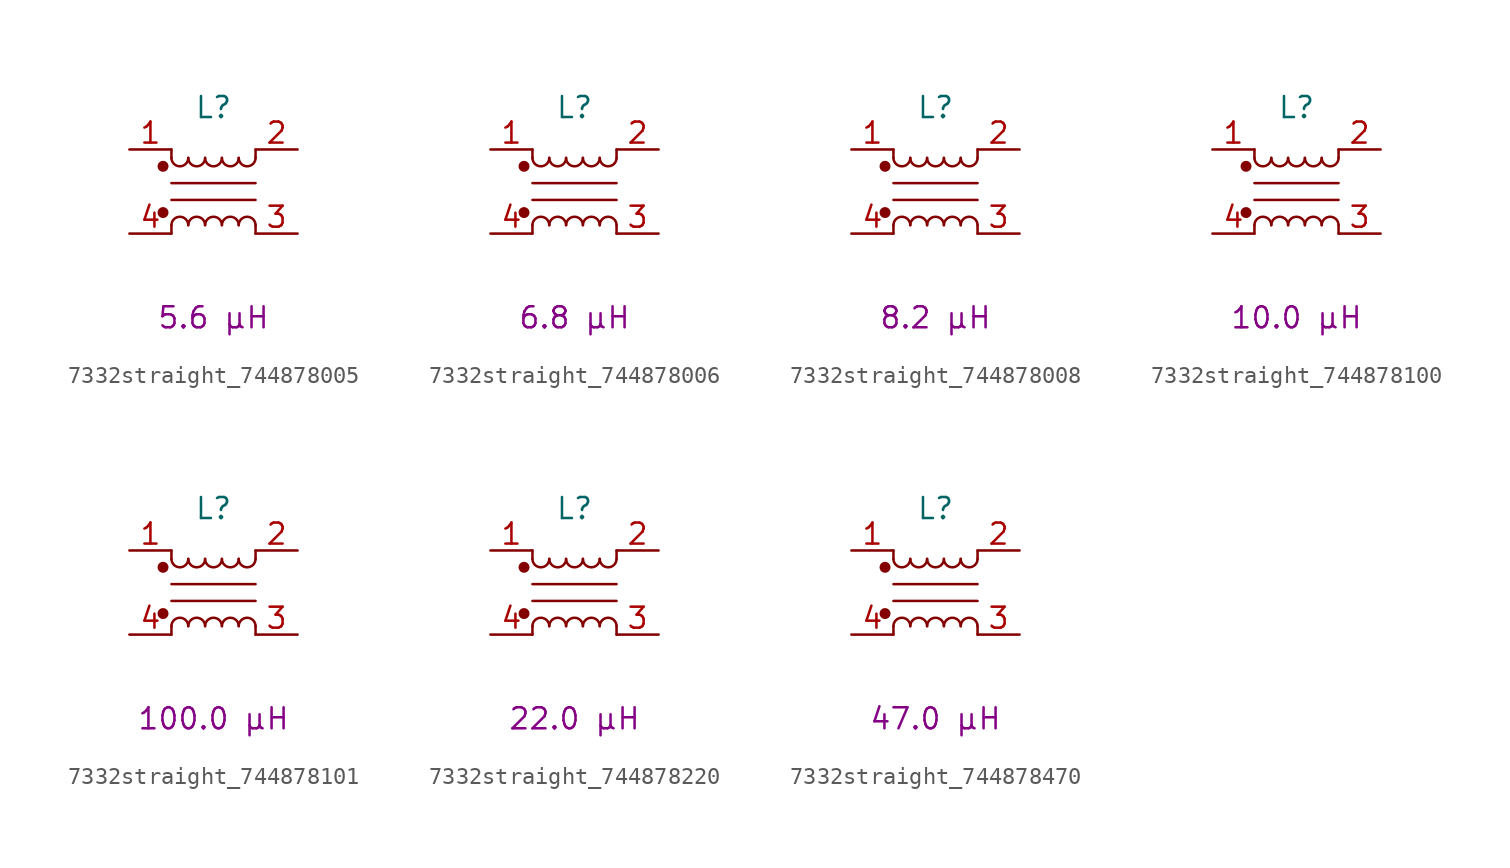
<source format=kicad_sym>
(kicad_symbol_lib
  (version 20220914)
  (generator kicad_symbol_editor)
  (symbol "7332straight_744878005"
    (pin_names hide)
    (property "Reference" "L"
      (at 0 5.08 0)
      (effects (font (size 1.27 1.27))))
    (property "Critical Parameter" "5.6 µH"
      (at 0 -7.62 0)
      (effects (font (size 1.27 1.27))))
    (symbol "7332straight_744878005_0_1"
      (circle (center -3.048 -1.27) (radius 0.254) (stroke (width 0) (type default)) (fill (type outline)))
      (circle (center -3.048 1.524) (radius 0.254) (stroke (width 0) (type default)) (fill (type outline)))
      (arc (start -2.54 2.032) (mid -2.032 1.5262) (end -1.524 2.032) (stroke (width 0) (type default)) (fill (type none)))
      (arc (start -1.524 -2.032) (mid -2.032 -1.5262) (end -2.54 -2.032) (stroke (width 0) (type default)) (fill (type none)))
      (arc (start -1.524 2.032) (mid -1.016 1.5262) (end -0.508 2.032) (stroke (width 0) (type default)) (fill (type none)))
      (arc (start -0.508 -2.032) (mid -1.016 -1.5262) (end -1.524 -2.032) (stroke (width 0) (type default)) (fill (type none)))
      (arc (start -0.508 2.032) (mid 0 1.5262) (end 0.508 2.032) (stroke (width 0) (type default)) (fill (type none)))
      (polyline (pts (xy -2.54 -2.032) (xy -2.54 -2.54)) (stroke (width 0) (type default)) (fill (type none)))
      (polyline (pts (xy -2.54 0.508) (xy 2.54 0.508)) (stroke (width 0) (type default)) (fill (type none)))
      (polyline (pts (xy -2.54 2.032) (xy -2.54 2.54)) (stroke (width 0) (type default)) (fill (type none)))
      (polyline (pts (xy 2.54 -2.032) (xy 2.54 -2.54)) (stroke (width 0) (type default)) (fill (type none)))
      (polyline (pts (xy 2.54 -0.508) (xy -2.54 -0.508)) (stroke (width 0) (type default)) (fill (type none)))
      (polyline (pts (xy 2.54 2.54) (xy 2.54 2.032)) (stroke (width 0) (type default)) (fill (type none)))
      (arc (start 0.508 -2.032) (mid 0 -1.5262) (end -0.508 -2.032) (stroke (width 0) (type default)) (fill (type none)))
      (arc (start 0.508 2.032) (mid 1.016 1.5262) (end 1.524 2.032) (stroke (width 0) (type default)) (fill (type none)))
      (arc (start 1.524 -2.032) (mid 1.016 -1.5262) (end 0.508 -2.032) (stroke (width 0) (type default)) (fill (type none)))
      (arc (start 1.524 2.032) (mid 2.032 1.5262) (end 2.54 2.032) (stroke (width 0) (type default)) (fill (type none)))
      (arc (start 2.54 -2.032) (mid 2.032 -1.5262) (end 1.524 -2.032) (stroke (width 0) (type default)) (fill (type none))))
    (symbol "7332straight_744878005_1_1"
      (pin passive line (at -5.08 2.54 0) (length 2.54) (name "1" (effects (font (size 1.27 1.27)))) (number "1" (effects (font (size 1.27 1.27)))))
      (pin passive line (at 5.08 2.54 180) (length 2.54) (name "2" (effects (font (size 1.27 1.27)))) (number "2" (effects (font (size 1.27 1.27)))))
      (pin passive line (at 5.08 -2.54 180) (length 2.54) (name "3" (effects (font (size 1.27 1.27)))) (number "3" (effects (font (size 1.27 1.27)))))
      (pin passive line (at -5.08 -2.54 0) (length 2.54) (name "4" (effects (font (size 1.27 1.27)))) (number "4" (effects (font (size 1.27 1.27)))))))
  (symbol "7332straight_744878006"
    (pin_names hide)
    (property "Reference" "L"
      (at 0 5.08 0)
      (effects (font (size 1.27 1.27))))
    (property "Critical Parameter" "6.8 µH"
      (at 0 -7.62 0)
      (effects (font (size 1.27 1.27))))
    (symbol "7332straight_744878006_0_1"
      (circle (center -3.048 -1.27) (radius 0.254) (stroke (width 0) (type default)) (fill (type outline)))
      (circle (center -3.048 1.524) (radius 0.254) (stroke (width 0) (type default)) (fill (type outline)))
      (arc (start -2.54 2.032) (mid -2.032 1.5262) (end -1.524 2.032) (stroke (width 0) (type default)) (fill (type none)))
      (arc (start -1.524 -2.032) (mid -2.032 -1.5262) (end -2.54 -2.032) (stroke (width 0) (type default)) (fill (type none)))
      (arc (start -1.524 2.032) (mid -1.016 1.5262) (end -0.508 2.032) (stroke (width 0) (type default)) (fill (type none)))
      (arc (start -0.508 -2.032) (mid -1.016 -1.5262) (end -1.524 -2.032) (stroke (width 0) (type default)) (fill (type none)))
      (arc (start -0.508 2.032) (mid 0 1.5262) (end 0.508 2.032) (stroke (width 0) (type default)) (fill (type none)))
      (polyline (pts (xy -2.54 -2.032) (xy -2.54 -2.54)) (stroke (width 0) (type default)) (fill (type none)))
      (polyline (pts (xy -2.54 0.508) (xy 2.54 0.508)) (stroke (width 0) (type default)) (fill (type none)))
      (polyline (pts (xy -2.54 2.032) (xy -2.54 2.54)) (stroke (width 0) (type default)) (fill (type none)))
      (polyline (pts (xy 2.54 -2.032) (xy 2.54 -2.54)) (stroke (width 0) (type default)) (fill (type none)))
      (polyline (pts (xy 2.54 -0.508) (xy -2.54 -0.508)) (stroke (width 0) (type default)) (fill (type none)))
      (polyline (pts (xy 2.54 2.54) (xy 2.54 2.032)) (stroke (width 0) (type default)) (fill (type none)))
      (arc (start 0.508 -2.032) (mid 0 -1.5262) (end -0.508 -2.032) (stroke (width 0) (type default)) (fill (type none)))
      (arc (start 0.508 2.032) (mid 1.016 1.5262) (end 1.524 2.032) (stroke (width 0) (type default)) (fill (type none)))
      (arc (start 1.524 -2.032) (mid 1.016 -1.5262) (end 0.508 -2.032) (stroke (width 0) (type default)) (fill (type none)))
      (arc (start 1.524 2.032) (mid 2.032 1.5262) (end 2.54 2.032) (stroke (width 0) (type default)) (fill (type none)))
      (arc (start 2.54 -2.032) (mid 2.032 -1.5262) (end 1.524 -2.032) (stroke (width 0) (type default)) (fill (type none))))
    (symbol "7332straight_744878006_1_1"
      (pin passive line (at -5.08 2.54 0) (length 2.54) (name "1" (effects (font (size 1.27 1.27)))) (number "1" (effects (font (size 1.27 1.27)))))
      (pin passive line (at 5.08 2.54 180) (length 2.54) (name "2" (effects (font (size 1.27 1.27)))) (number "2" (effects (font (size 1.27 1.27)))))
      (pin passive line (at 5.08 -2.54 180) (length 2.54) (name "3" (effects (font (size 1.27 1.27)))) (number "3" (effects (font (size 1.27 1.27)))))
      (pin passive line (at -5.08 -2.54 0) (length 2.54) (name "4" (effects (font (size 1.27 1.27)))) (number "4" (effects (font (size 1.27 1.27)))))))
  (symbol "7332straight_744878008"
    (pin_names hide)
    (property "Reference" "L"
      (at 0 5.08 0)
      (effects (font (size 1.27 1.27))))
    (property "Critical Parameter" "8.2 µH"
      (at 0 -7.62 0)
      (effects (font (size 1.27 1.27))))
    (symbol "7332straight_744878008_0_1"
      (circle (center -3.048 -1.27) (radius 0.254) (stroke (width 0) (type default)) (fill (type outline)))
      (circle (center -3.048 1.524) (radius 0.254) (stroke (width 0) (type default)) (fill (type outline)))
      (arc (start -2.54 2.032) (mid -2.032 1.5262) (end -1.524 2.032) (stroke (width 0) (type default)) (fill (type none)))
      (arc (start -1.524 -2.032) (mid -2.032 -1.5262) (end -2.54 -2.032) (stroke (width 0) (type default)) (fill (type none)))
      (arc (start -1.524 2.032) (mid -1.016 1.5262) (end -0.508 2.032) (stroke (width 0) (type default)) (fill (type none)))
      (arc (start -0.508 -2.032) (mid -1.016 -1.5262) (end -1.524 -2.032) (stroke (width 0) (type default)) (fill (type none)))
      (arc (start -0.508 2.032) (mid 0 1.5262) (end 0.508 2.032) (stroke (width 0) (type default)) (fill (type none)))
      (polyline (pts (xy -2.54 -2.032) (xy -2.54 -2.54)) (stroke (width 0) (type default)) (fill (type none)))
      (polyline (pts (xy -2.54 0.508) (xy 2.54 0.508)) (stroke (width 0) (type default)) (fill (type none)))
      (polyline (pts (xy -2.54 2.032) (xy -2.54 2.54)) (stroke (width 0) (type default)) (fill (type none)))
      (polyline (pts (xy 2.54 -2.032) (xy 2.54 -2.54)) (stroke (width 0) (type default)) (fill (type none)))
      (polyline (pts (xy 2.54 -0.508) (xy -2.54 -0.508)) (stroke (width 0) (type default)) (fill (type none)))
      (polyline (pts (xy 2.54 2.54) (xy 2.54 2.032)) (stroke (width 0) (type default)) (fill (type none)))
      (arc (start 0.508 -2.032) (mid 0 -1.5262) (end -0.508 -2.032) (stroke (width 0) (type default)) (fill (type none)))
      (arc (start 0.508 2.032) (mid 1.016 1.5262) (end 1.524 2.032) (stroke (width 0) (type default)) (fill (type none)))
      (arc (start 1.524 -2.032) (mid 1.016 -1.5262) (end 0.508 -2.032) (stroke (width 0) (type default)) (fill (type none)))
      (arc (start 1.524 2.032) (mid 2.032 1.5262) (end 2.54 2.032) (stroke (width 0) (type default)) (fill (type none)))
      (arc (start 2.54 -2.032) (mid 2.032 -1.5262) (end 1.524 -2.032) (stroke (width 0) (type default)) (fill (type none))))
    (symbol "7332straight_744878008_1_1"
      (pin passive line (at -5.08 2.54 0) (length 2.54) (name "1" (effects (font (size 1.27 1.27)))) (number "1" (effects (font (size 1.27 1.27)))))
      (pin passive line (at 5.08 2.54 180) (length 2.54) (name "2" (effects (font (size 1.27 1.27)))) (number "2" (effects (font (size 1.27 1.27)))))
      (pin passive line (at 5.08 -2.54 180) (length 2.54) (name "3" (effects (font (size 1.27 1.27)))) (number "3" (effects (font (size 1.27 1.27)))))
      (pin passive line (at -5.08 -2.54 0) (length 2.54) (name "4" (effects (font (size 1.27 1.27)))) (number "4" (effects (font (size 1.27 1.27)))))))
  (symbol "7332straight_744878100"
    (pin_names hide)
    (property "Reference" "L"
      (at 0 5.08 0)
      (effects (font (size 1.27 1.27))))
    (property "Critical Parameter" "10.0 µH"
      (at 0 -7.62 0)
      (effects (font (size 1.27 1.27))))
    (symbol "7332straight_744878100_0_1"
      (circle (center -3.048 -1.27) (radius 0.254) (stroke (width 0) (type default)) (fill (type outline)))
      (circle (center -3.048 1.524) (radius 0.254) (stroke (width 0) (type default)) (fill (type outline)))
      (arc (start -2.54 2.032) (mid -2.032 1.5262) (end -1.524 2.032) (stroke (width 0) (type default)) (fill (type none)))
      (arc (start -1.524 -2.032) (mid -2.032 -1.5262) (end -2.54 -2.032) (stroke (width 0) (type default)) (fill (type none)))
      (arc (start -1.524 2.032) (mid -1.016 1.5262) (end -0.508 2.032) (stroke (width 0) (type default)) (fill (type none)))
      (arc (start -0.508 -2.032) (mid -1.016 -1.5262) (end -1.524 -2.032) (stroke (width 0) (type default)) (fill (type none)))
      (arc (start -0.508 2.032) (mid 0 1.5262) (end 0.508 2.032) (stroke (width 0) (type default)) (fill (type none)))
      (polyline (pts (xy -2.54 -2.032) (xy -2.54 -2.54)) (stroke (width 0) (type default)) (fill (type none)))
      (polyline (pts (xy -2.54 0.508) (xy 2.54 0.508)) (stroke (width 0) (type default)) (fill (type none)))
      (polyline (pts (xy -2.54 2.032) (xy -2.54 2.54)) (stroke (width 0) (type default)) (fill (type none)))
      (polyline (pts (xy 2.54 -2.032) (xy 2.54 -2.54)) (stroke (width 0) (type default)) (fill (type none)))
      (polyline (pts (xy 2.54 -0.508) (xy -2.54 -0.508)) (stroke (width 0) (type default)) (fill (type none)))
      (polyline (pts (xy 2.54 2.54) (xy 2.54 2.032)) (stroke (width 0) (type default)) (fill (type none)))
      (arc (start 0.508 -2.032) (mid 0 -1.5262) (end -0.508 -2.032) (stroke (width 0) (type default)) (fill (type none)))
      (arc (start 0.508 2.032) (mid 1.016 1.5262) (end 1.524 2.032) (stroke (width 0) (type default)) (fill (type none)))
      (arc (start 1.524 -2.032) (mid 1.016 -1.5262) (end 0.508 -2.032) (stroke (width 0) (type default)) (fill (type none)))
      (arc (start 1.524 2.032) (mid 2.032 1.5262) (end 2.54 2.032) (stroke (width 0) (type default)) (fill (type none)))
      (arc (start 2.54 -2.032) (mid 2.032 -1.5262) (end 1.524 -2.032) (stroke (width 0) (type default)) (fill (type none))))
    (symbol "7332straight_744878100_1_1"
      (pin passive line (at -5.08 2.54 0) (length 2.54) (name "1" (effects (font (size 1.27 1.27)))) (number "1" (effects (font (size 1.27 1.27)))))
      (pin passive line (at 5.08 2.54 180) (length 2.54) (name "2" (effects (font (size 1.27 1.27)))) (number "2" (effects (font (size 1.27 1.27)))))
      (pin passive line (at 5.08 -2.54 180) (length 2.54) (name "3" (effects (font (size 1.27 1.27)))) (number "3" (effects (font (size 1.27 1.27)))))
      (pin passive line (at -5.08 -2.54 0) (length 2.54) (name "4" (effects (font (size 1.27 1.27)))) (number "4" (effects (font (size 1.27 1.27)))))))
  (symbol "7332straight_744878101"
    (pin_names hide)
    (property "Reference" "L"
      (at 0 5.08 0)
      (effects (font (size 1.27 1.27))))
    (property "Critical Parameter" "100.0 µH"
      (at 0 -7.62 0)
      (effects (font (size 1.27 1.27))))
    (symbol "7332straight_744878101_0_1"
      (circle (center -3.048 -1.27) (radius 0.254) (stroke (width 0) (type default)) (fill (type outline)))
      (circle (center -3.048 1.524) (radius 0.254) (stroke (width 0) (type default)) (fill (type outline)))
      (arc (start -2.54 2.032) (mid -2.032 1.5262) (end -1.524 2.032) (stroke (width 0) (type default)) (fill (type none)))
      (arc (start -1.524 -2.032) (mid -2.032 -1.5262) (end -2.54 -2.032) (stroke (width 0) (type default)) (fill (type none)))
      (arc (start -1.524 2.032) (mid -1.016 1.5262) (end -0.508 2.032) (stroke (width 0) (type default)) (fill (type none)))
      (arc (start -0.508 -2.032) (mid -1.016 -1.5262) (end -1.524 -2.032) (stroke (width 0) (type default)) (fill (type none)))
      (arc (start -0.508 2.032) (mid 0 1.5262) (end 0.508 2.032) (stroke (width 0) (type default)) (fill (type none)))
      (polyline (pts (xy -2.54 -2.032) (xy -2.54 -2.54)) (stroke (width 0) (type default)) (fill (type none)))
      (polyline (pts (xy -2.54 0.508) (xy 2.54 0.508)) (stroke (width 0) (type default)) (fill (type none)))
      (polyline (pts (xy -2.54 2.032) (xy -2.54 2.54)) (stroke (width 0) (type default)) (fill (type none)))
      (polyline (pts (xy 2.54 -2.032) (xy 2.54 -2.54)) (stroke (width 0) (type default)) (fill (type none)))
      (polyline (pts (xy 2.54 -0.508) (xy -2.54 -0.508)) (stroke (width 0) (type default)) (fill (type none)))
      (polyline (pts (xy 2.54 2.54) (xy 2.54 2.032)) (stroke (width 0) (type default)) (fill (type none)))
      (arc (start 0.508 -2.032) (mid 0 -1.5262) (end -0.508 -2.032) (stroke (width 0) (type default)) (fill (type none)))
      (arc (start 0.508 2.032) (mid 1.016 1.5262) (end 1.524 2.032) (stroke (width 0) (type default)) (fill (type none)))
      (arc (start 1.524 -2.032) (mid 1.016 -1.5262) (end 0.508 -2.032) (stroke (width 0) (type default)) (fill (type none)))
      (arc (start 1.524 2.032) (mid 2.032 1.5262) (end 2.54 2.032) (stroke (width 0) (type default)) (fill (type none)))
      (arc (start 2.54 -2.032) (mid 2.032 -1.5262) (end 1.524 -2.032) (stroke (width 0) (type default)) (fill (type none))))
    (symbol "7332straight_744878101_1_1"
      (pin passive line (at -5.08 2.54 0) (length 2.54) (name "1" (effects (font (size 1.27 1.27)))) (number "1" (effects (font (size 1.27 1.27)))))
      (pin passive line (at 5.08 2.54 180) (length 2.54) (name "2" (effects (font (size 1.27 1.27)))) (number "2" (effects (font (size 1.27 1.27)))))
      (pin passive line (at 5.08 -2.54 180) (length 2.54) (name "3" (effects (font (size 1.27 1.27)))) (number "3" (effects (font (size 1.27 1.27)))))
      (pin passive line (at -5.08 -2.54 0) (length 2.54) (name "4" (effects (font (size 1.27 1.27)))) (number "4" (effects (font (size 1.27 1.27)))))))
  (symbol "7332straight_744878220"
    (pin_names hide)
    (property "Reference" "L"
      (at 0 5.08 0)
      (effects (font (size 1.27 1.27))))
    (property "Critical Parameter" "22.0 µH"
      (at 0 -7.62 0)
      (effects (font (size 1.27 1.27))))
    (symbol "7332straight_744878220_0_1"
      (circle (center -3.048 -1.27) (radius 0.254) (stroke (width 0) (type default)) (fill (type outline)))
      (circle (center -3.048 1.524) (radius 0.254) (stroke (width 0) (type default)) (fill (type outline)))
      (arc (start -2.54 2.032) (mid -2.032 1.5262) (end -1.524 2.032) (stroke (width 0) (type default)) (fill (type none)))
      (arc (start -1.524 -2.032) (mid -2.032 -1.5262) (end -2.54 -2.032) (stroke (width 0) (type default)) (fill (type none)))
      (arc (start -1.524 2.032) (mid -1.016 1.5262) (end -0.508 2.032) (stroke (width 0) (type default)) (fill (type none)))
      (arc (start -0.508 -2.032) (mid -1.016 -1.5262) (end -1.524 -2.032) (stroke (width 0) (type default)) (fill (type none)))
      (arc (start -0.508 2.032) (mid 0 1.5262) (end 0.508 2.032) (stroke (width 0) (type default)) (fill (type none)))
      (polyline (pts (xy -2.54 -2.032) (xy -2.54 -2.54)) (stroke (width 0) (type default)) (fill (type none)))
      (polyline (pts (xy -2.54 0.508) (xy 2.54 0.508)) (stroke (width 0) (type default)) (fill (type none)))
      (polyline (pts (xy -2.54 2.032) (xy -2.54 2.54)) (stroke (width 0) (type default)) (fill (type none)))
      (polyline (pts (xy 2.54 -2.032) (xy 2.54 -2.54)) (stroke (width 0) (type default)) (fill (type none)))
      (polyline (pts (xy 2.54 -0.508) (xy -2.54 -0.508)) (stroke (width 0) (type default)) (fill (type none)))
      (polyline (pts (xy 2.54 2.54) (xy 2.54 2.032)) (stroke (width 0) (type default)) (fill (type none)))
      (arc (start 0.508 -2.032) (mid 0 -1.5262) (end -0.508 -2.032) (stroke (width 0) (type default)) (fill (type none)))
      (arc (start 0.508 2.032) (mid 1.016 1.5262) (end 1.524 2.032) (stroke (width 0) (type default)) (fill (type none)))
      (arc (start 1.524 -2.032) (mid 1.016 -1.5262) (end 0.508 -2.032) (stroke (width 0) (type default)) (fill (type none)))
      (arc (start 1.524 2.032) (mid 2.032 1.5262) (end 2.54 2.032) (stroke (width 0) (type default)) (fill (type none)))
      (arc (start 2.54 -2.032) (mid 2.032 -1.5262) (end 1.524 -2.032) (stroke (width 0) (type default)) (fill (type none))))
    (symbol "7332straight_744878220_1_1"
      (pin passive line (at -5.08 2.54 0) (length 2.54) (name "1" (effects (font (size 1.27 1.27)))) (number "1" (effects (font (size 1.27 1.27)))))
      (pin passive line (at 5.08 2.54 180) (length 2.54) (name "2" (effects (font (size 1.27 1.27)))) (number "2" (effects (font (size 1.27 1.27)))))
      (pin passive line (at 5.08 -2.54 180) (length 2.54) (name "3" (effects (font (size 1.27 1.27)))) (number "3" (effects (font (size 1.27 1.27)))))
      (pin passive line (at -5.08 -2.54 0) (length 2.54) (name "4" (effects (font (size 1.27 1.27)))) (number "4" (effects (font (size 1.27 1.27)))))))
  (symbol "7332straight_744878470"
    (pin_names hide)
    (property "Reference" "L"
      (at 0 5.08 0)
      (effects (font (size 1.27 1.27))))
    (property "Critical Parameter" "47.0 µH"
      (at 0 -7.62 0)
      (effects (font (size 1.27 1.27))))
    (symbol "7332straight_744878470_0_1"
      (circle (center -3.048 -1.27) (radius 0.254) (stroke (width 0) (type default)) (fill (type outline)))
      (circle (center -3.048 1.524) (radius 0.254) (stroke (width 0) (type default)) (fill (type outline)))
      (arc (start -2.54 2.032) (mid -2.032 1.5262) (end -1.524 2.032) (stroke (width 0) (type default)) (fill (type none)))
      (arc (start -1.524 -2.032) (mid -2.032 -1.5262) (end -2.54 -2.032) (stroke (width 0) (type default)) (fill (type none)))
      (arc (start -1.524 2.032) (mid -1.016 1.5262) (end -0.508 2.032) (stroke (width 0) (type default)) (fill (type none)))
      (arc (start -0.508 -2.032) (mid -1.016 -1.5262) (end -1.524 -2.032) (stroke (width 0) (type default)) (fill (type none)))
      (arc (start -0.508 2.032) (mid 0 1.5262) (end 0.508 2.032) (stroke (width 0) (type default)) (fill (type none)))
      (polyline (pts (xy -2.54 -2.032) (xy -2.54 -2.54)) (stroke (width 0) (type default)) (fill (type none)))
      (polyline (pts (xy -2.54 0.508) (xy 2.54 0.508)) (stroke (width 0) (type default)) (fill (type none)))
      (polyline (pts (xy -2.54 2.032) (xy -2.54 2.54)) (stroke (width 0) (type default)) (fill (type none)))
      (polyline (pts (xy 2.54 -2.032) (xy 2.54 -2.54)) (stroke (width 0) (type default)) (fill (type none)))
      (polyline (pts (xy 2.54 -0.508) (xy -2.54 -0.508)) (stroke (width 0) (type default)) (fill (type none)))
      (polyline (pts (xy 2.54 2.54) (xy 2.54 2.032)) (stroke (width 0) (type default)) (fill (type none)))
      (arc (start 0.508 -2.032) (mid 0 -1.5262) (end -0.508 -2.032) (stroke (width 0) (type default)) (fill (type none)))
      (arc (start 0.508 2.032) (mid 1.016 1.5262) (end 1.524 2.032) (stroke (width 0) (type default)) (fill (type none)))
      (arc (start 1.524 -2.032) (mid 1.016 -1.5262) (end 0.508 -2.032) (stroke (width 0) (type default)) (fill (type none)))
      (arc (start 1.524 2.032) (mid 2.032 1.5262) (end 2.54 2.032) (stroke (width 0) (type default)) (fill (type none)))
      (arc (start 2.54 -2.032) (mid 2.032 -1.5262) (end 1.524 -2.032) (stroke (width 0) (type default)) (fill (type none))))
    (symbol "7332straight_744878470_1_1"
      (pin passive line (at -5.08 2.54 0) (length 2.54) (name "1" (effects (font (size 1.27 1.27)))) (number "1" (effects (font (size 1.27 1.27)))))
      (pin passive line (at 5.08 2.54 180) (length 2.54) (name "2" (effects (font (size 1.27 1.27)))) (number "2" (effects (font (size 1.27 1.27)))))
      (pin passive line (at 5.08 -2.54 180) (length 2.54) (name "3" (effects (font (size 1.27 1.27)))) (number "3" (effects (font (size 1.27 1.27)))))
      (pin passive line (at -5.08 -2.54 0) (length 2.54) (name "4" (effects (font (size 1.27 1.27)))) (number "4" (effects (font (size 1.27 1.27))))))))
</source>
